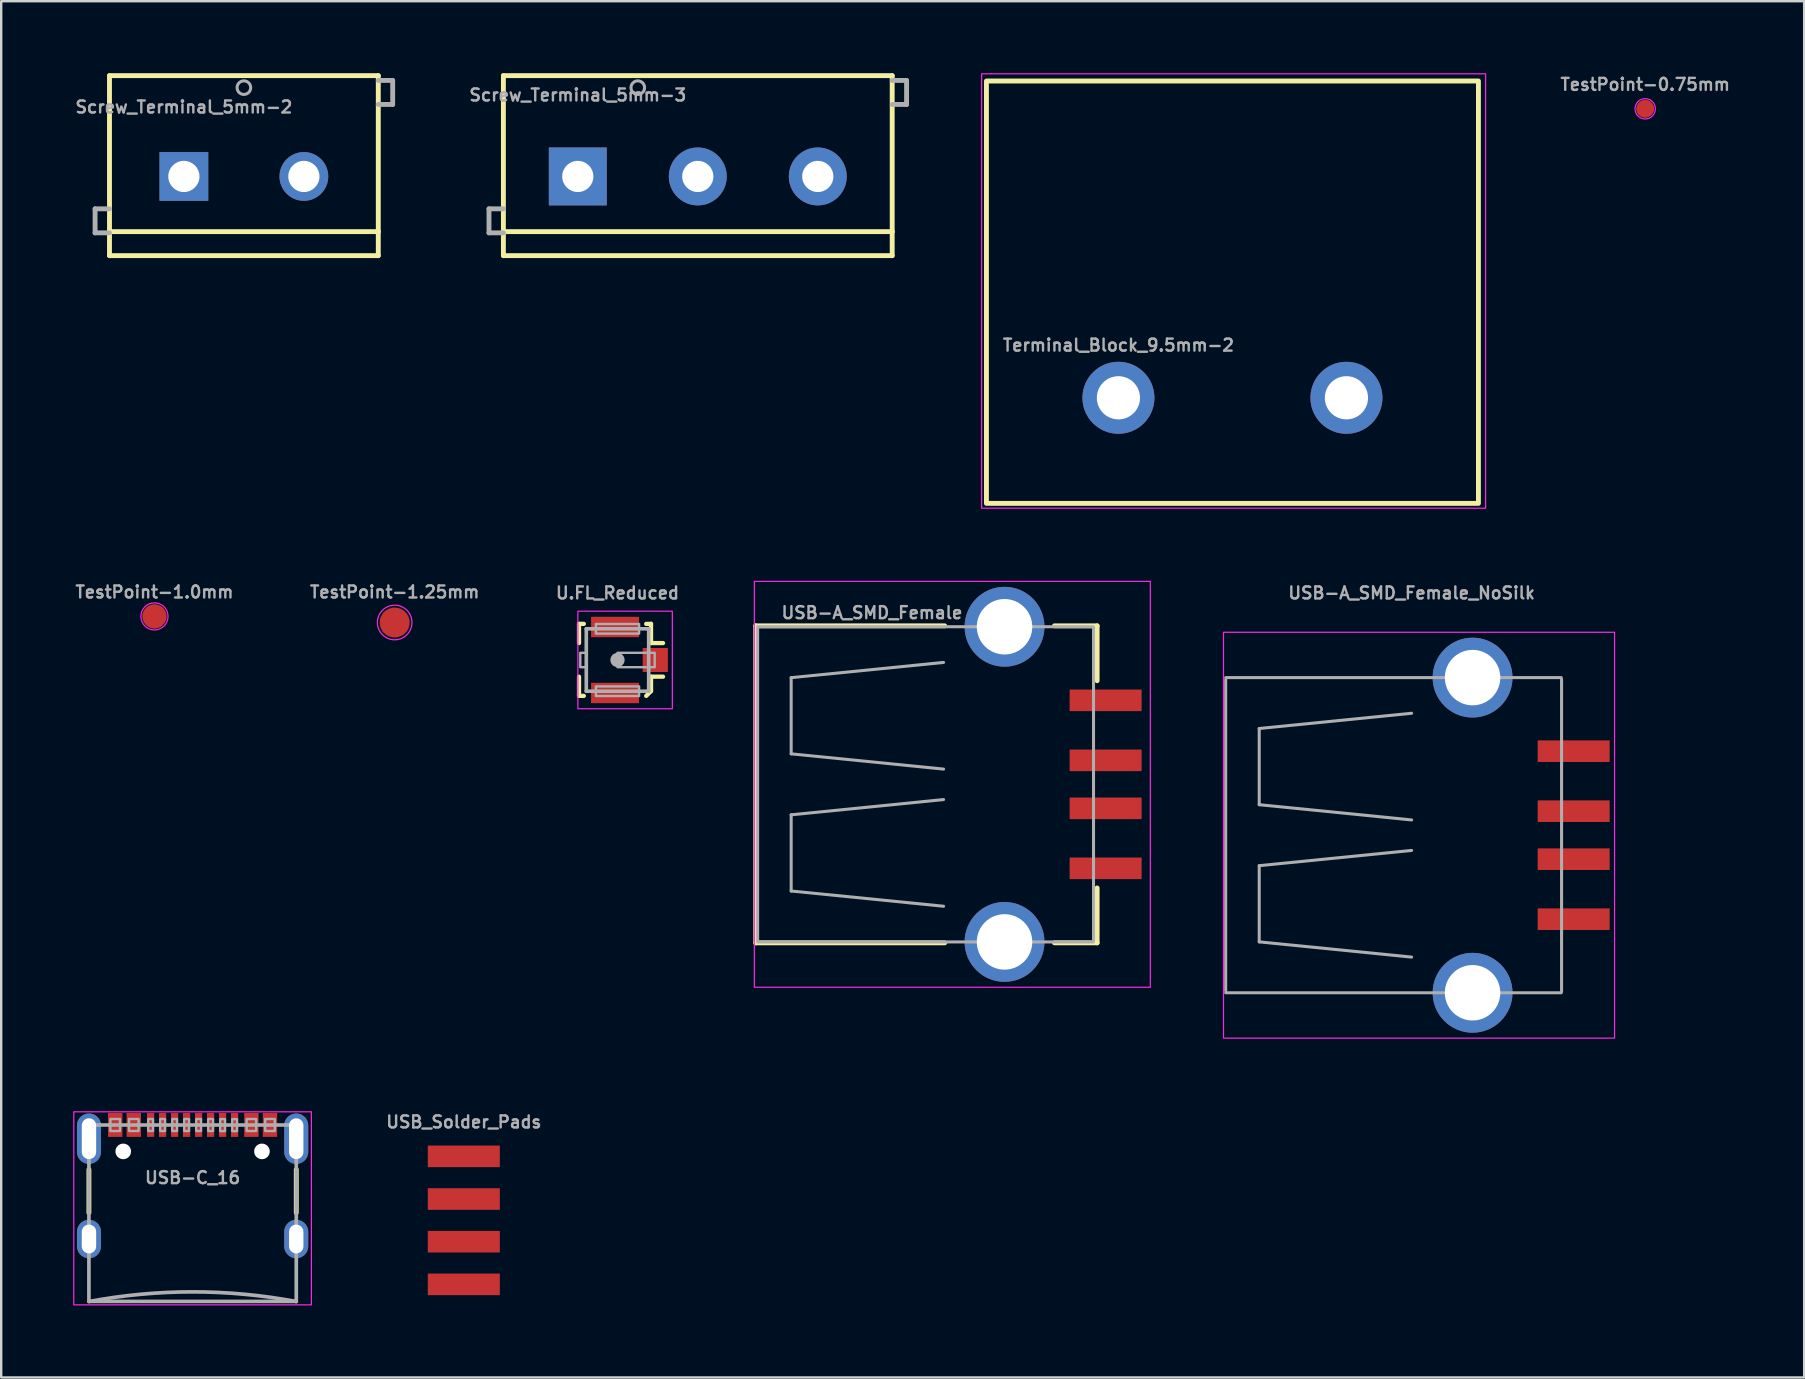
<source format=kicad_pcb>
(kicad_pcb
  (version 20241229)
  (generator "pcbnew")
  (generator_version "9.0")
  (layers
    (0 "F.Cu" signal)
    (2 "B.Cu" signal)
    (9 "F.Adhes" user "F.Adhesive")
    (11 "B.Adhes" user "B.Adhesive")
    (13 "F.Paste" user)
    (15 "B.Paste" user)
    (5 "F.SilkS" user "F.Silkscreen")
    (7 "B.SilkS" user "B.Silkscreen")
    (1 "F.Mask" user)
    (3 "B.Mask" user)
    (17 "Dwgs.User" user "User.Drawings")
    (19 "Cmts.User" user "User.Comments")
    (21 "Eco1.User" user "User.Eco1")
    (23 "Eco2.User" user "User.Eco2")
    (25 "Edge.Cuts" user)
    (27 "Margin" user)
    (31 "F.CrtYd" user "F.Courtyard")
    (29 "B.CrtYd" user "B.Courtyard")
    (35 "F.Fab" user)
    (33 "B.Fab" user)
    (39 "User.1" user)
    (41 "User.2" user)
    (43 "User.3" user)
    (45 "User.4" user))
  (footprint "USB-C_16"
    (layer "F.Cu")
    (at 4.975 43.481)
    (property "Reference" "USB-C_16" (at 0 2.54 0) (layer "F.Fab") (effects (font (size 0.5 0.5) (thickness 0.1) (bold yes))))
    (attr through_hole)
    (fp_line (start -4.32 2.2) (end -4.32 4) (stroke (width 0.203) (type solid)) (layer "F.SilkS"))
    (fp_line (start 4.32 2.2) (end 4.32 4) (stroke (width 0.203) (type solid)) (layer "F.SilkS"))
    (fp_rect (start -4.95 -0.206) (end 4.95 7.838) (stroke (width 0.05) (type default)) (fill no) (layer "F.CrtYd"))
    (fp_line (start -4.32 0.345) (end -4.32 1.965) (stroke (width 0.01) (type solid)) (layer "F.Fab"))
    (fp_line (start -4.32 0.345) (end 4.32 0.345) (stroke (width 0.152) (type solid)) (layer "F.Fab"))
    (fp_line (start -4.32 4.295) (end -4.32 5.895) (stroke (width 0.01) (type solid)) (layer "F.Fab"))
    (fp_line (start -4.32 7.695) (end -4.32 0.345) (stroke (width 0.152) (type solid)) (layer "F.Fab"))
    (fp_line (start -4.32 7.695) (end 4.32 7.695) (stroke (width 0.152) (type solid)) (layer "F.Fab"))
    (fp_line (start 4.32 0.345) (end 4.32 1.965) (stroke (width 0.01) (type solid)) (layer "F.Fab"))
    (fp_line (start 4.32 0.345) (end 4.32 7.695) (stroke (width 0.152) (type solid)) (layer "F.Fab"))
    (fp_line (start 4.32 4.295) (end 4.32 5.895) (stroke (width 0.01) (type solid)) (layer "F.Fab"))
    (fp_arc (start -4.32 7.7) (mid 0 7.297675) (end 4.32 7.7) (stroke (width 0.1524) (type solid)) (layer "F.Fab"))
    (fp_poly (pts (xy -3.425 0.595) (xy -3.025 0.595) (xy -3.025 0.095) (xy -3.425 0.095)) (stroke (width 0.1) (type default)) (fill no) (layer "F.Fab"))
    (fp_poly (pts (xy -2.65 0.595) (xy -2.25 0.595) (xy -2.25 0.095) (xy -2.65 0.095)) (stroke (width 0.1) (type default)) (fill no) (layer "F.Fab"))
    (fp_poly (pts (xy -1.85 0.595) (xy -1.65 0.595) (xy -1.65 0.095) (xy -1.85 0.095)) (stroke (width 0.1) (type default)) (fill no) (layer "F.Fab"))
    (fp_poly (pts (xy -1.35 0.595) (xy -1.15 0.595) (xy -1.15 0.095) (xy -1.35 0.095)) (stroke (width 0.1) (type default)) (fill no) (layer "F.Fab"))
    (fp_poly (pts (xy -0.85 0.595) (xy -0.65 0.595) (xy -0.65 0.095) (xy -0.85 0.095)) (stroke (width 0.1) (type default)) (fill no) (layer "F.Fab"))
    (fp_poly (pts (xy -0.35 0.595) (xy -0.15 0.595) (xy -0.15 0.095) (xy -0.35 0.095)) (stroke (width 0.1) (type default)) (fill no) (layer "F.Fab"))
    (fp_poly (pts (xy 0.15 0.595) (xy 0.35 0.595) (xy 0.35 0.095) (xy 0.15 0.095)) (stroke (width 0.1) (type default)) (fill no) (layer "F.Fab"))
    (fp_poly (pts (xy 0.65 0.595) (xy 0.85 0.595) (xy 0.85 0.095) (xy 0.65 0.095)) (stroke (width 0.1) (type default)) (fill no) (layer "F.Fab"))
    (fp_poly (pts (xy 1.15 0.6) (xy 1.35 0.6) (xy 1.35 0.1) (xy 1.15 0.1)) (stroke (width 0.1) (type default)) (fill no) (layer "F.Fab"))
    (fp_poly (pts (xy 1.65 0.6) (xy 1.85 0.6) (xy 1.85 0.1) (xy 1.65 0.1)) (stroke (width 0.1) (type default)) (fill no) (layer "F.Fab"))
    (fp_poly (pts (xy 2.25 0.595) (xy 2.65 0.595) (xy 2.65 0.095) (xy 2.25 0.095)) (stroke (width 0.1) (type default)) (fill no) (layer "F.Fab"))
    (fp_poly (pts (xy 3.025 0.595) (xy 3.425 0.595) (xy 3.425 0.095) (xy 3.025 0.095)) (stroke (width 0.1) (type default)) (fill no) (layer "F.Fab"))
    (pad "" np_thru_hole circle (at -2.89 1.445) (size 0.65 0.65) (drill 0.65) (layers "*.Cu" "*.Mask"))
    (pad "" np_thru_hole circle (at 2.89 1.445) (size 0.65 0.65) (drill 0.65) (layers "*.Cu" "*.Mask"))
    (pad "A5" smd rect (at -1.25 0.34 180) (size 0.3 1) (layers "F.Cu" "F.Mask" "F.Paste"))
    (pad "A6" smd rect (at -0.25 0.34 180) (size 0.3 1) (layers "F.Cu" "F.Mask" "F.Paste"))
    (pad "A7" smd rect (at 0.25 0.34) (size 0.3 1) (layers "F.Cu" "F.Mask" "F.Paste"))
    (pad "A8" smd rect (at 1.25 0.34) (size 0.3 1) (layers "F.Cu" "F.Mask" "F.Paste"))
    (pad "B5" smd rect (at 1.75 0.34) (size 0.3 1) (layers "F.Cu" "F.Mask" "F.Paste"))
    (pad "B6" smd rect (at 0.75 0.34) (size 0.3 1) (layers "F.Cu" "F.Mask" "F.Paste"))
    (pad "B7" smd rect (at -0.75 0.34 180) (size 0.3 1) (layers "F.Cu" "F.Mask" "F.Paste"))
    (pad "B8" smd rect (at -1.75 0.34 180) (size 0.3 1) (layers "F.Cu" "F.Mask" "F.Paste"))
    (pad "GND" smd rect (at -3.225 0.34 180) (size 0.6 1) (layers "F.Cu" "F.Mask" "F.Paste"))
    (pad "GND" smd rect (at 3.225 0.34) (size 0.6 1) (layers "F.Cu" "F.Mask" "F.Paste"))
    (pad "NC1" thru_hole oval (at -4.318 5.095) (size 1 1.6) (drill oval 0.6 1.2) (layers "*.Cu" "*.Mask" "F.Paste"))
    (pad "NC2" thru_hole oval (at -4.318 0.915) (size 1 2.1) (drill oval 0.6 1.7) (layers "*.Cu" "*.Mask" "F.Paste"))
    (pad "NC3" thru_hole oval (at 4.318 0.915) (size 1 2.1) (drill oval 0.6 1.7) (layers "*.Cu" "*.Mask" "F.Paste"))
    (pad "S" thru_hole oval (at 4.318 5.095) (size 1 1.6) (drill oval 0.6 1.2) (layers "*.Cu" "*.Mask" "F.Paste"))
    (pad "VBUS" smd rect (at -2.45 0.34 180) (size 0.6 1) (layers "F.Cu" "F.Mask" "F.Paste"))
    (pad "VBUS" smd rect (at 2.45 0.34) (size 0.6 1) (layers "F.Cu" "F.Mask" "F.Paste")))
  (footprint "USB_Solder_Pads"
    (layer "F.Cu")
    (at 16.276 47.799)
    (property "Reference" "USB_Solder_Pads" (at 0 -4.1 0) (layer "F.Fab") (effects (font (size 0.5 0.5) (thickness 0.1) (bold yes))))
    (pad "D+" smd rect (at 0 0.889) (size 3 0.9) (layers "F.Cu" "F.Mask"))
    (pad "D-" smd rect (at 0 -0.889) (size 3 0.9) (layers "F.Cu" "F.Mask"))
    (pad "GND" smd rect (at 0 2.667) (size 3 0.9) (layers "F.Cu" "F.Mask"))
    (pad "VBUS" smd rect (at 0 -2.667) (size 3 0.9) (layers "F.Cu" "F.Mask")))
  (footprint "USB-A_SMD_Female_NoSilk"
    (layer "F.Cu")
    (at 55.768 31.75)
    (property "Reference" "USB-A_SMD_Female_NoSilk" (at 0 -9.8 0) (layer "F.Fab") (effects (font (size 0.5 0.5) (thickness 0.1)) (justify bottom)))
    (attr through_hole)
    (fp_rect (start -7.838 -8.456) (end 8.456 8.456) (stroke (width 0.05) (type default)) (fill no) (layer "F.CrtYd"))
    (fp_line (start -7.747 -6.477) (end -7.747 6.477) (stroke (width 0.127) (type solid)) (layer "F.Fab"))
    (fp_line (start -6.35 -4.445) (end -6.35 -1.27) (stroke (width 0.127) (type solid)) (layer "F.Fab"))
    (fp_line (start -6.35 -1.27) (end 0 -0.635) (stroke (width 0.127) (type solid)) (layer "F.Fab"))
    (fp_line (start -6.35 1.27) (end 0 0.635) (stroke (width 0.127) (type solid)) (layer "F.Fab"))
    (fp_line (start -6.35 4.445) (end -6.35 1.27) (stroke (width 0.127) (type solid)) (layer "F.Fab"))
    (fp_line (start 0 -5.08) (end -6.35 -4.445) (stroke (width 0.127) (type solid)) (layer "F.Fab"))
    (fp_line (start 0 5.08) (end -6.35 4.445) (stroke (width 0.127) (type solid)) (layer "F.Fab"))
    (fp_line (start 6.236 -6.566) (end -7.747 -6.566) (stroke (width 0.127) (type solid)) (layer "F.Fab"))
    (fp_line (start 6.236 6.566) (end -7.747 6.566) (stroke (width 0.127) (type solid)) (layer "F.Fab"))
    (fp_line (start 6.248 -6.502) (end 6.248 6.502) (stroke (width 0.127) (type solid)) (layer "F.Fab"))
    (pad "D+" smd rect (at 6.752 1) (size 3 0.9) (layers "F.Cu" "F.Mask" "F.Paste"))
    (pad "D-" smd rect (at 6.752 -1) (size 3 0.9) (layers "F.Cu" "F.Mask" "F.Paste"))
    (pad "GND" smd rect (at 6.752 3.5) (size 3 0.9) (layers "F.Cu" "F.Mask" "F.Paste"))
    (pad "SHLD1" thru_hole circle (at 2.54 6.566 270) (size 3.327 3.327) (drill 2.311) (layers "*.Cu" "*.Mask"))
    (pad "SHLD2" thru_hole circle (at 2.54 -6.566 270) (size 3.327 3.327) (drill 2.311) (layers "*.Cu" "*.Mask"))
    (pad "VBUS" smd rect (at 6.752 -3.5) (size 3 0.9) (layers "F.Cu" "F.Mask" "F.Paste")))
  (footprint "USB-A_SMD_Female"
    (layer "F.Cu")
    (at 35.806 29.631)
    (property "Reference" "USB-A_SMD_Female" (at -6.35 -6.858 0) (layer "F.Fab") (effects (font (size 0.5 0.5) (thickness 0.1)) (justify left bottom)))
    (attr through_hole)
    (fp_line (start -7.366 -6.604) (end -7.366 6.604) (stroke (width 0.203) (type solid)) (layer "F.SilkS"))
    (fp_line (start -7.366 -6.604) (end 0.508 -6.604) (stroke (width 0.203) (type solid)) (layer "F.SilkS"))
    (fp_line (start -7.366 6.604) (end 0.508 6.604) (stroke (width 0.203) (type solid)) (layer "F.SilkS"))
    (fp_line (start 5.08 6.604) (end 6.858 6.604) (stroke (width 0.203) (type solid)) (layer "F.SilkS"))
    (fp_line (start 6.858 -6.604) (end 5.08 -6.604) (stroke (width 0.203) (type solid)) (layer "F.SilkS"))
    (fp_line (start 6.858 -4.318) (end 6.858 -6.604) (stroke (width 0.203) (type solid)) (layer "F.SilkS"))
    (fp_line (start 6.858 6.604) (end 6.858 4.318) (stroke (width 0.203) (type solid)) (layer "F.SilkS"))
    (fp_rect (start 9.075 -8.456) (end -7.425 8.456) (stroke (width 0.05) (type default)) (fill no) (layer "F.CrtYd"))
    (fp_line (start -7.287 -6.477) (end -7.287 6.477) (stroke (width 0.127) (type solid)) (layer "F.Fab"))
    (fp_line (start -5.89 -4.445) (end -5.89 -1.27) (stroke (width 0.127) (type solid)) (layer "F.Fab"))
    (fp_line (start -5.89 -1.27) (end 0.46 -0.635) (stroke (width 0.127) (type solid)) (layer "F.Fab"))
    (fp_line (start -5.89 1.27) (end 0.46 0.635) (stroke (width 0.127) (type solid)) (layer "F.Fab"))
    (fp_line (start -5.89 4.445) (end -5.89 1.27) (stroke (width 0.127) (type solid)) (layer "F.Fab"))
    (fp_line (start 0.46 -5.08) (end -5.89 -4.445) (stroke (width 0.127) (type solid)) (layer "F.Fab"))
    (fp_line (start 0.46 5.08) (end -5.89 4.445) (stroke (width 0.127) (type solid)) (layer "F.Fab"))
    (fp_line (start 6.696 -6.566) (end -7.287 -6.566) (stroke (width 0.127) (type solid)) (layer "F.Fab"))
    (fp_line (start 6.696 6.566) (end -7.287 6.566) (stroke (width 0.127) (type solid)) (layer "F.Fab"))
    (fp_line (start 6.708 -6.502) (end 6.708 6.502) (stroke (width 0.127) (type solid)) (layer "F.Fab"))
    (pad "D+" smd rect (at 7.212 1) (size 3 0.9) (layers "F.Cu" "F.Mask" "F.Paste"))
    (pad "D-" smd rect (at 7.212 -1) (size 3 0.9) (layers "F.Cu" "F.Mask" "F.Paste"))
    (pad "GND" smd rect (at 7.212 3.5) (size 3 0.9) (layers "F.Cu" "F.Mask" "F.Paste"))
    (pad "SHLD1" thru_hole circle (at 3 6.566 270) (size 3.327 3.327) (drill 2.311) (layers "*.Cu" "*.Mask"))
    (pad "SHLD2" thru_hole circle (at 3 -6.566 270) (size 3.327 3.327) (drill 2.311) (layers "*.Cu" "*.Mask"))
    (pad "VBUS" smd rect (at 7.212 -3.5) (size 3 0.9) (layers "F.Cu" "F.Mask" "F.Paste")))
  (footprint "TestPoint-1.0mm"
    (layer "F.Cu")
    (at 3.386 22.634)
    (property "Reference" "TestPoint-1.0mm" (at 0 -1.016 0) (layer "F.Fab") (effects (font (size 0.5 0.5) (thickness 0.1) (bold yes))))
    (fp_circle (center 0 0) (end -0.4 0.4) (stroke (width 0.05) (type default)) (fill no) (layer "F.CrtYd"))
    (pad "1" smd roundrect (at 0 0) (size 1.016 1.016) (layers "F.Cu" "F.Mask") (roundrect_rratio 0.5)))
  (footprint "U.FL_Reduced"
    (layer "F.Cu")
    (at 22.679 24.45)
    (property "Reference" "U.FL_Reduced" (at 0 -2.5 0) (layer "F.Fab") (effects (font (size 0.5 0.5) (thickness 0.1) (bold yes)) (justify bottom)))
    (attr smd)
    (fp_line (start -1.603 -1.505) (end -1.403 -1.505) (stroke (width 0.178) (type solid)) (layer "F.SilkS"))
    (fp_line (start -1.603 -0.705) (end -1.603 -1.505) (stroke (width 0.178) (type solid)) (layer "F.SilkS"))
    (fp_line (start -1.603 1.495) (end -1.603 0.695) (stroke (width 0.178) (type solid)) (layer "F.SilkS"))
    (fp_line (start -1.403 1.495) (end -1.603 1.495) (stroke (width 0.178) (type solid)) (layer "F.SilkS"))
    (fp_line (start 1.197 -1.505) (end 1.397 -1.505) (stroke (width 0.178) (type solid)) (layer "F.SilkS"))
    (fp_line (start 1.397 -1.505) (end 1.397 -0.705) (stroke (width 0.178) (type solid)) (layer "F.SilkS"))
    (fp_line (start 1.397 -0.705) (end 1.897 -0.705) (stroke (width 0.178) (type solid)) (layer "F.SilkS"))
    (fp_line (start 1.397 0.695) (end 1.397 1.295) (stroke (width 0.178) (type solid)) (layer "F.SilkS"))
    (fp_line (start 1.397 0.695) (end 1.897 0.695) (stroke (width 0.178) (type solid)) (layer "F.SilkS"))
    (fp_line (start 1.397 1.295) (end 1.197 1.495) (stroke (width 0.178) (type solid)) (layer "F.SilkS"))
    (fp_poly (pts (xy -1.1 -1.05) (xy 0.9 -1.05) (xy 0.9 -1.75) (xy -1.1 -1.75)) (stroke (width 0) (type default)) (fill yes) (layer "F.Paste"))
    (fp_poly (pts (xy -1.1 1.75) (xy 0.9 1.75) (xy 0.9 1.05) (xy -1.1 1.05)) (stroke (width 0) (type default)) (fill yes) (layer "F.Paste"))
    (fp_poly (pts (xy 1.1 0.4) (xy 1.95 0.4) (xy 1.95 -0.4) (xy 1.1 -0.4)) (stroke (width 0) (type default)) (fill yes) (layer "F.Paste"))
    (fp_rect (start -1.651 -2.032) (end 2.286 2.032) (stroke (width 0.05) (type default)) (fill no) (layer "F.CrtYd"))
    (fp_line (start -1.3 -1.3) (end 1.3 -1.3) (stroke (width 0.152) (type solid)) (layer "F.Fab"))
    (fp_line (start -1.3 1.3) (end -1.3 -1.3) (stroke (width 0.152) (type solid)) (layer "F.Fab"))
    (fp_line (start -1.3 1.3) (end 1.3 1.3) (stroke (width 0.152) (type solid)) (layer "F.Fab"))
    (fp_line (start 1.3 1.3) (end 1.3 -1.3) (stroke (width 0.152) (type solid)) (layer "F.Fab"))
    (fp_circle (center 0 0) (end 0.15 0) (stroke (width 0.3) (type solid)) (fill no) (layer "F.Fab"))
    (fp_poly (pts (xy -1.55 0.3) (xy -1.3 0.3) (xy -1.3 -0.3) (xy -1.55 -0.3)) (stroke (width 0.1) (type default)) (fill no) (layer "F.Fab"))
    (fp_poly (pts (xy -0.9 -1.1) (xy 0.9 -1.1) (xy 0.9 -1.5) (xy -0.9 -1.5)) (stroke (width 0.1) (type default)) (fill no) (layer "F.Fab"))
    (fp_poly (pts (xy -0.9 1.5) (xy 0.9 1.5) (xy 0.9 1.1) (xy -0.9 1.1)) (stroke (width 0.1) (type default)) (fill no) (layer "F.Fab"))
    (fp_poly (pts (xy 0 0.3) (xy 1.55 0.3) (xy 1.55 -0.3) (xy 0 -0.3)) (stroke (width 0.1) (type default)) (fill no) (layer "F.Fab"))
    (pad "1" smd rect (at 1.575 0) (size 1.05 1) (layers "F.Cu" "F.Mask"))
    (pad "2" smd rect (at -0.1 -1.375) (size 2 0.85) (layers "F.Cu" "F.Mask"))
    (pad "2" smd rect (at -0.1 1.375) (size 2 0.85) (layers "F.Cu" "F.Mask"))
    (zone (net_name "") (layer "F.Cu") (hatch edge 0.5) (connect_pads) (min_thickness 0.25) (filled_areas_thickness no) (keepout (tracks not_allowed) (vias not_allowed) (pads not_allowed) (copperpour not_allowed) (footprints allowed)) (placement (enabled no)) (fill) (polygon (pts (xy 21.536 25.212) (xy 23.441 25.212) (xy 23.441 23.688) (xy 21.536 23.688)))))
  (footprint "Screw_Terminal_5mm-3"
    (layer "F.Cu")
    (at 21.025 4.302)
    (property "Reference" "Screw_Terminal_5mm-3" (at 0 -3.1 0) (layer "F.Fab") (effects (font (size 0.5 0.5) (thickness 0.1)) (justify bottom)))
    (attr through_hole)
    (fp_line (start -3.1 -4.2) (end 13.1 -4.2) (stroke (width 0.203) (type solid)) (layer "F.SilkS"))
    (fp_line (start -3.1 2.3) (end -3.1 -4.2) (stroke (width 0.203) (type solid)) (layer "F.SilkS"))
    (fp_line (start -3.1 3.3) (end -3.1 2.3) (stroke (width 0.203) (type solid)) (layer "F.SilkS"))
    (fp_line (start 13.1 -4.2) (end 13.1 2.3) (stroke (width 0.203) (type solid)) (layer "F.SilkS"))
    (fp_line (start 13.1 2.3) (end -3.1 2.3) (stroke (width 0.203) (type solid)) (layer "F.SilkS"))
    (fp_line (start 13.1 2.3) (end 13.1 3.3) (stroke (width 0.203) (type solid)) (layer "F.SilkS"))
    (fp_line (start 13.1 3.3) (end -3.1 3.3) (stroke (width 0.203) (type solid)) (layer "F.SilkS"))
    (fp_line (start -3.7 1.35) (end -3.7 2.35) (stroke (width 0.203) (type solid)) (layer "F.Fab"))
    (fp_line (start -3.7 2.35) (end -3.1 2.35) (stroke (width 0.203) (type solid)) (layer "F.Fab"))
    (fp_line (start -3.1 1.35) (end -3.7 1.35) (stroke (width 0.203) (type solid)) (layer "F.Fab"))
    (fp_line (start 13.1 -4) (end 13.7 -4) (stroke (width 0.203) (type solid)) (layer "F.Fab"))
    (fp_line (start 13.7 -4) (end 13.7 -3) (stroke (width 0.203) (type solid)) (layer "F.Fab"))
    (fp_line (start 13.7 -3) (end 13.1 -3) (stroke (width 0.203) (type solid)) (layer "F.Fab"))
    (fp_circle (center 2.5 -3.7) (end 2.783 -3.7) (stroke (width 0.127) (type solid)) (fill no) (layer "F.Fab"))
    (pad "1" thru_hole rect (at 0 0) (size 2.413 2.413) (drill 1.3) (layers "*.Cu" "*.Mask"))
    (pad "2" thru_hole circle (at 5 0) (size 2.413 2.413) (drill 1.3) (layers "*.Cu" "*.Mask"))
    (pad "3" thru_hole circle (at 10 0) (size 2.413 2.413) (drill 1.3) (layers "*.Cu" "*.Mask")))
  (footprint "TestPoint-1.25mm"
    (layer "F.Cu")
    (at 13.395 22.888)
    (property "Reference" "TestPoint-1.25mm" (at 0 -1.27 0) (layer "F.Fab") (effects (font (size 0.5 0.5) (thickness 0.1) (bold yes))))
    (fp_circle (center 0 0) (end -0.6 0.4) (stroke (width 0.05) (type default)) (fill no) (layer "F.CrtYd"))
    (pad "1" smd roundrect (at 0 0) (size 1.25 1.25) (layers "F.Cu" "F.Mask") (roundrect_rratio 0.5)))
  (footprint "Terminal_Block_9.5mm-2"
    (layer "F.Cu")
    (at 43.552 13.525)
    (property "Reference" "Terminal_Block_9.5mm-2" (at 0 -1.9 0) (layer "F.Fab") (effects (font (size 0.5 0.5) (thickness 0.1)) (justify bottom)))
    (attr through_hole)
    (fp_rect (start -5.5 -13.2) (end 15 4.4) (stroke (width 0.203) (type default)) (fill no) (layer "F.SilkS"))
    (fp_rect (start 15.3 -13.5) (end -5.7 4.6) (stroke (width 0.05) (type default)) (fill no) (layer "F.CrtYd"))
    (pad "1" thru_hole circle (at 0 0) (size 3 3) (drill 1.8) (layers "*.Cu" "*.Mask"))
    (pad "2" thru_hole circle (at 9.5 0) (size 3 3) (drill 1.8) (layers "*.Cu" "*.Mask")))
  (footprint "TestPoint-0.75mm"
    (layer "F.Cu")
    (at 65.501 1.484)
    (property "Reference" "TestPoint-0.75mm" (at 0 -1.016 0) (layer "F.Fab") (effects (font (size 0.5 0.5) (thickness 0.1) (bold yes))))
    (fp_circle (center 0 0) (end -0.3 0.3) (stroke (width 0.05) (type default)) (fill no) (layer "F.CrtYd"))
    (pad "1" smd roundrect (at 0 0) (size 0.75 0.75) (layers "F.Cu" "F.Mask") (roundrect_rratio 0.5)))
  (footprint "Screw_Terminal_5mm-2"
    (layer "F.Cu")
    (at 4.612 4.302)
    (property "Reference" "Screw_Terminal_5mm-2" (at 0 -2.6 0) (layer "F.Fab") (effects (font (size 0.5 0.5) (thickness 0.1)) (justify bottom)))
    (attr through_hole)
    (fp_line (start -3.1 -4.2) (end 8.1 -4.2) (stroke (width 0.203) (type solid)) (layer "F.SilkS"))
    (fp_line (start -3.1 2.3) (end -3.1 -4.2) (stroke (width 0.203) (type solid)) (layer "F.SilkS"))
    (fp_line (start -3.1 3.3) (end -3.1 2.3) (stroke (width 0.203) (type solid)) (layer "F.SilkS"))
    (fp_line (start 8.1 -4.2) (end 8.1 2.3) (stroke (width 0.203) (type solid)) (layer "F.SilkS"))
    (fp_line (start 8.1 2.3) (end -3.1 2.3) (stroke (width 0.203) (type solid)) (layer "F.SilkS"))
    (fp_line (start 8.1 2.3) (end 8.1 3.3) (stroke (width 0.203) (type solid)) (layer "F.SilkS"))
    (fp_line (start 8.1 3.3) (end -3.1 3.3) (stroke (width 0.203) (type solid)) (layer "F.SilkS"))
    (fp_line (start -3.7 1.35) (end -3.7 2.35) (stroke (width 0.203) (type solid)) (layer "F.Fab"))
    (fp_line (start -3.7 2.35) (end -3.1 2.35) (stroke (width 0.203) (type solid)) (layer "F.Fab"))
    (fp_line (start -3.1 1.35) (end -3.7 1.35) (stroke (width 0.203) (type solid)) (layer "F.Fab"))
    (fp_line (start 8.1 -4) (end 8.7 -4) (stroke (width 0.203) (type solid)) (layer "F.Fab"))
    (fp_line (start 8.7 -4) (end 8.7 -3) (stroke (width 0.203) (type solid)) (layer "F.Fab"))
    (fp_line (start 8.7 -3) (end 8.1 -3) (stroke (width 0.203) (type solid)) (layer "F.Fab"))
    (fp_circle (center 2.5 -3.7) (end 2.783 -3.7) (stroke (width 0.127) (type solid)) (fill no) (layer "F.Fab"))
    (pad "1" thru_hole rect (at 0 0) (size 2.032 2.032) (drill 1.3) (layers "*.Cu" "*.Mask"))
    (pad "2" thru_hole circle (at 5 0) (size 2.032 2.032) (drill 1.3) (layers "*.Cu" "*.Mask")))
  (gr_rect
    (start -3 -3)
    (end 72.125 54.344)
    (stroke (width 0.1) (type default))
    (fill no)
    (layer "Edge.Cuts")))
</source>
